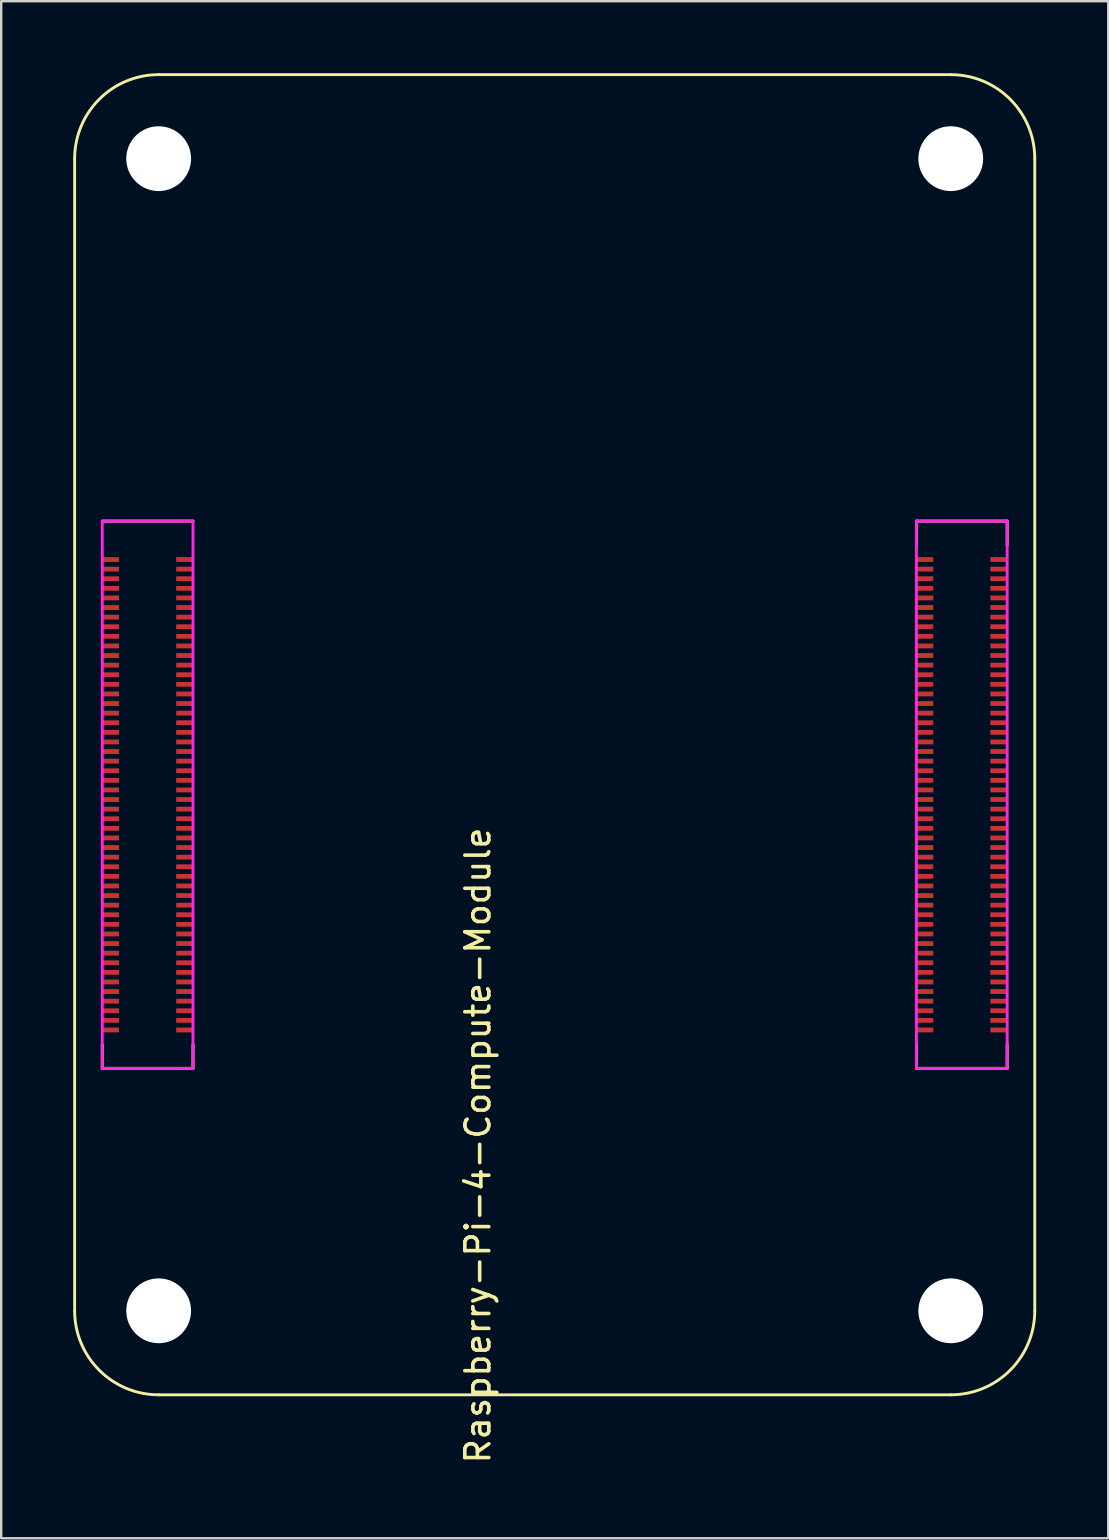
<source format=kicad_pcb>
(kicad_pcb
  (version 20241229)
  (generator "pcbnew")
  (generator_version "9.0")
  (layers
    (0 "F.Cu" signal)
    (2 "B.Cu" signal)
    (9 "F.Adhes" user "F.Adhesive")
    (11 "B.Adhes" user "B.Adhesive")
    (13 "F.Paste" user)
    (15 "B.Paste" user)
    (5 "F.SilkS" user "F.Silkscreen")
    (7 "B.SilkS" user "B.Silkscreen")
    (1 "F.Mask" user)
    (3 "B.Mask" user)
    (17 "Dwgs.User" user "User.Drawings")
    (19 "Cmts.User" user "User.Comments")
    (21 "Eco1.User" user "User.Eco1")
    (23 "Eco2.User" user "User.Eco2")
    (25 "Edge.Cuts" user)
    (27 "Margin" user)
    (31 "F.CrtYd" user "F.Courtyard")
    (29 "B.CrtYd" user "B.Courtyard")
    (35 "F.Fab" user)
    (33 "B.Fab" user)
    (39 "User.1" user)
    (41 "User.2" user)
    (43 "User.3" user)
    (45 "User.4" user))
  (footprint "Raspberry-Pi-4-Compute-Module"
    (layer "F.Cu")
    (at 3.56 51.56)
    (property "Reference" "Raspberry-Pi-4-Compute-Module" (at 13.3 -6.888 90) (layer "F.SilkS") (effects (font (size 1 1) (thickness 0.15))))
    (attr smd)
    (fp_line (start -3.5 -48) (end -3.5 0) (stroke (width 0.12) (type solid)) (layer "F.SilkS"))
    (fp_line (start -2.35 -32.9) (end 1.43 -32.9) (stroke (width 0.12) (type solid)) (layer "F.SilkS"))
    (fp_line (start -2.35 -10.1) (end -2.35 -11.1) (stroke (width 0.12) (type solid)) (layer "F.SilkS"))
    (fp_line (start -2.35 -10.1) (end 1.43 -10.1) (stroke (width 0.12) (type solid)) (layer "F.SilkS"))
    (fp_line (start 0 3.5) (end 33 3.5) (stroke (width 0.12) (type solid)) (layer "F.SilkS"))
    (fp_line (start 1.43 -10.1) (end 1.43 -11.1) (stroke (width 0.12) (type solid)) (layer "F.SilkS"))
    (fp_line (start 31.57 -32.9) (end 31.57 -31.9) (stroke (width 0.12) (type solid)) (layer "F.SilkS"))
    (fp_line (start 31.57 -32.9) (end 35.35 -32.9) (stroke (width 0.12) (type solid)) (layer "F.SilkS"))
    (fp_line (start 31.57 -10.1) (end 31.57 -11.1) (stroke (width 0.12) (type solid)) (layer "F.SilkS"))
    (fp_line (start 31.57 -10.1) (end 35.35 -10.1) (stroke (width 0.12) (type solid)) (layer "F.SilkS"))
    (fp_line (start 33 -51.5) (end 0 -51.5) (stroke (width 0.12) (type solid)) (layer "F.SilkS"))
    (fp_line (start 35.35 -32.9) (end 35.35 -31.9) (stroke (width 0.12) (type solid)) (layer "F.SilkS"))
    (fp_line (start 35.35 -10.1) (end 35.35 -11.1) (stroke (width 0.12) (type solid)) (layer "F.SilkS"))
    (fp_line (start 36.5 0) (end 36.5 -48) (stroke (width 0.12) (type solid)) (layer "F.SilkS"))
    (fp_arc (start -3.5 -48) (mid -2.474874 -50.474874) (end 0 -51.5) (stroke (width 0.12) (type solid)) (layer "F.SilkS"))
    (fp_arc (start 0 3.5) (mid -2.474874 2.474874) (end -3.5 0) (stroke (width 0.12) (type solid)) (layer "F.SilkS"))
    (fp_arc (start 33 -51.5) (mid 35.474874 -50.474874) (end 36.5 -48) (stroke (width 0.12) (type solid)) (layer "F.SilkS"))
    (fp_arc (start 36.5 0) (mid 35.474874 2.474874) (end 33 3.5) (stroke (width 0.12) (type solid)) (layer "F.SilkS"))
    (fp_line (start -2.35 -32.9) (end 1.43 -32.9) (stroke (width 0.12) (type solid)) (layer "F.CrtYd"))
    (fp_line (start -2.35 -10.1) (end -2.35 -32.9) (stroke (width 0.12) (type solid)) (layer "F.CrtYd"))
    (fp_line (start 1.43 -32.9) (end 1.43 -10.1) (stroke (width 0.12) (type solid)) (layer "F.CrtYd"))
    (fp_line (start 1.43 -10.1) (end -2.35 -10.1) (stroke (width 0.12) (type solid)) (layer "F.CrtYd"))
    (fp_line (start 31.57 -32.9) (end 35.35 -32.9) (stroke (width 0.12) (type solid)) (layer "F.CrtYd"))
    (fp_line (start 31.57 -10.1) (end 31.57 -32.9) (stroke (width 0.12) (type solid)) (layer "F.CrtYd"))
    (fp_line (start 35.35 -32.9) (end 35.35 -10.1) (stroke (width 0.12) (type solid)) (layer "F.CrtYd"))
    (fp_line (start 35.35 -10.1) (end 31.57 -10.1) (stroke (width 0.12) (type solid)) (layer "F.CrtYd"))
    (pad "" np_thru_hole circle (at 0 -48) (size 2.7 2.7) (drill 2.7) (layers "*.Cu" "*.Mask"))
    (pad "" np_thru_hole circle (at 0 0) (size 2.7 2.7) (drill 2.7) (layers "*.Cu" "*.Mask"))
    (pad "" np_thru_hole circle (at 33 -48) (size 2.7 2.7) (drill 2.7) (layers "*.Cu" "*.Mask"))
    (pad "" np_thru_hole circle (at 33 0) (size 2.7 2.7) (drill 2.7) (layers "*.Cu" "*.Mask"))
    (pad "1" smd rect (at -2 -31.3 270) (size 0.2 0.7) (layers "F.Cu" "F.Mask" "F.Paste"))
    (pad "2" smd rect (at 1.08 -31.3 270) (size 0.2 0.7) (layers "F.Cu" "F.Mask" "F.Paste"))
    (pad "3" smd rect (at -2 -30.9 270) (size 0.2 0.7) (layers "F.Cu" "F.Mask" "F.Paste"))
    (pad "4" smd rect (at 1.08 -30.9 270) (size 0.2 0.7) (layers "F.Cu" "F.Mask" "F.Paste"))
    (pad "5" smd rect (at -2 -30.5 270) (size 0.2 0.7) (layers "F.Cu" "F.Mask" "F.Paste"))
    (pad "6" smd rect (at 1.08 -30.5 270) (size 0.2 0.7) (layers "F.Cu" "F.Mask" "F.Paste"))
    (pad "7" smd rect (at -2 -30.1 270) (size 0.2 0.7) (layers "F.Cu" "F.Mask" "F.Paste"))
    (pad "8" smd rect (at 1.08 -30.1 270) (size 0.2 0.7) (layers "F.Cu" "F.Mask" "F.Paste"))
    (pad "9" smd rect (at -2 -29.7 270) (size 0.2 0.7) (layers "F.Cu" "F.Mask" "F.Paste"))
    (pad "10" smd rect (at 1.08 -29.7 270) (size 0.2 0.7) (layers "F.Cu" "F.Mask" "F.Paste"))
    (pad "11" smd rect (at -2 -29.3 270) (size 0.2 0.7) (layers "F.Cu" "F.Mask" "F.Paste"))
    (pad "12" smd rect (at 1.08 -29.3 270) (size 0.2 0.7) (layers "F.Cu" "F.Mask" "F.Paste"))
    (pad "13" smd rect (at -2 -28.9 270) (size 0.2 0.7) (layers "F.Cu" "F.Mask" "F.Paste"))
    (pad "14" smd rect (at 1.08 -28.9 270) (size 0.2 0.7) (layers "F.Cu" "F.Mask" "F.Paste"))
    (pad "15" smd rect (at -2 -28.5 270) (size 0.2 0.7) (layers "F.Cu" "F.Mask" "F.Paste"))
    (pad "16" smd rect (at 1.08 -28.5 270) (size 0.2 0.7) (layers "F.Cu" "F.Mask" "F.Paste"))
    (pad "17" smd rect (at -2 -28.1 270) (size 0.2 0.7) (layers "F.Cu" "F.Mask" "F.Paste"))
    (pad "18" smd rect (at 1.08 -28.1 270) (size 0.2 0.7) (layers "F.Cu" "F.Mask" "F.Paste"))
    (pad "19" smd rect (at -2 -27.7 270) (size 0.2 0.7) (layers "F.Cu" "F.Mask" "F.Paste"))
    (pad "20" smd rect (at 1.08 -27.7 270) (size 0.2 0.7) (layers "F.Cu" "F.Mask" "F.Paste"))
    (pad "21" smd rect (at -2 -27.3 270) (size 0.2 0.7) (layers "F.Cu" "F.Mask" "F.Paste"))
    (pad "22" smd rect (at 1.08 -27.3 270) (size 0.2 0.7) (layers "F.Cu" "F.Mask" "F.Paste"))
    (pad "23" smd rect (at -2 -26.9 270) (size 0.2 0.7) (layers "F.Cu" "F.Mask" "F.Paste"))
    (pad "24" smd rect (at 1.08 -26.9 270) (size 0.2 0.7) (layers "F.Cu" "F.Mask" "F.Paste"))
    (pad "25" smd rect (at -2 -26.5 270) (size 0.2 0.7) (layers "F.Cu" "F.Mask" "F.Paste"))
    (pad "26" smd rect (at 1.08 -26.5 270) (size 0.2 0.7) (layers "F.Cu" "F.Mask" "F.Paste"))
    (pad "27" smd rect (at -2 -26.1 270) (size 0.2 0.7) (layers "F.Cu" "F.Mask" "F.Paste"))
    (pad "28" smd rect (at 1.08 -26.1 270) (size 0.2 0.7) (layers "F.Cu" "F.Mask" "F.Paste"))
    (pad "29" smd rect (at -2 -25.7 270) (size 0.2 0.7) (layers "F.Cu" "F.Mask" "F.Paste"))
    (pad "30" smd rect (at 1.08 -25.7 270) (size 0.2 0.7) (layers "F.Cu" "F.Mask" "F.Paste"))
    (pad "31" smd rect (at -2 -25.3 270) (size 0.2 0.7) (layers "F.Cu" "F.Mask" "F.Paste"))
    (pad "32" smd rect (at 1.08 -25.3 270) (size 0.2 0.7) (layers "F.Cu" "F.Mask" "F.Paste"))
    (pad "33" smd rect (at -2 -24.9 270) (size 0.2 0.7) (layers "F.Cu" "F.Mask" "F.Paste"))
    (pad "34" smd rect (at 1.08 -24.9 270) (size 0.2 0.7) (layers "F.Cu" "F.Mask" "F.Paste"))
    (pad "35" smd rect (at -2 -24.5 270) (size 0.2 0.7) (layers "F.Cu" "F.Mask" "F.Paste"))
    (pad "36" smd rect (at 1.08 -24.5 270) (size 0.2 0.7) (layers "F.Cu" "F.Mask" "F.Paste"))
    (pad "37" smd rect (at -2 -24.1 270) (size 0.2 0.7) (layers "F.Cu" "F.Mask" "F.Paste"))
    (pad "38" smd rect (at 1.08 -24.1 270) (size 0.2 0.7) (layers "F.Cu" "F.Mask" "F.Paste"))
    (pad "39" smd rect (at -2 -23.7 270) (size 0.2 0.7) (layers "F.Cu" "F.Mask" "F.Paste"))
    (pad "40" smd rect (at 1.08 -23.7 270) (size 0.2 0.7) (layers "F.Cu" "F.Mask" "F.Paste"))
    (pad "41" smd rect (at -2 -23.3 270) (size 0.2 0.7) (layers "F.Cu" "F.Mask" "F.Paste"))
    (pad "42" smd rect (at 1.08 -23.3 270) (size 0.2 0.7) (layers "F.Cu" "F.Mask" "F.Paste"))
    (pad "43" smd rect (at -2 -22.9 270) (size 0.2 0.7) (layers "F.Cu" "F.Mask" "F.Paste"))
    (pad "44" smd rect (at 1.08 -22.9 270) (size 0.2 0.7) (layers "F.Cu" "F.Mask" "F.Paste"))
    (pad "45" smd rect (at -2 -22.5 270) (size 0.2 0.7) (layers "F.Cu" "F.Mask" "F.Paste"))
    (pad "46" smd rect (at 1.08 -22.5 270) (size 0.2 0.7) (layers "F.Cu" "F.Mask" "F.Paste"))
    (pad "47" smd rect (at -2 -22.1 270) (size 0.2 0.7) (layers "F.Cu" "F.Mask" "F.Paste"))
    (pad "48" smd rect (at 1.08 -22.1 270) (size 0.2 0.7) (layers "F.Cu" "F.Mask" "F.Paste"))
    (pad "49" smd rect (at -2 -21.7 270) (size 0.2 0.7) (layers "F.Cu" "F.Mask" "F.Paste"))
    (pad "50" smd rect (at 1.08 -21.7 270) (size 0.2 0.7) (layers "F.Cu" "F.Mask" "F.Paste"))
    (pad "51" smd rect (at -2 -21.3 270) (size 0.2 0.7) (layers "F.Cu" "F.Mask" "F.Paste"))
    (pad "52" smd rect (at 1.08 -21.3 270) (size 0.2 0.7) (layers "F.Cu" "F.Mask" "F.Paste"))
    (pad "53" smd rect (at -2 -20.9 270) (size 0.2 0.7) (layers "F.Cu" "F.Mask" "F.Paste"))
    (pad "54" smd rect (at 1.08 -20.9 270) (size 0.2 0.7) (layers "F.Cu" "F.Mask" "F.Paste"))
    (pad "55" smd rect (at -2 -20.5 270) (size 0.2 0.7) (layers "F.Cu" "F.Mask" "F.Paste"))
    (pad "56" smd rect (at 1.08 -20.5 270) (size 0.2 0.7) (layers "F.Cu" "F.Mask" "F.Paste"))
    (pad "57" smd rect (at -2 -20.1 270) (size 0.2 0.7) (layers "F.Cu" "F.Mask" "F.Paste"))
    (pad "58" smd rect (at 1.08 -20.1 270) (size 0.2 0.7) (layers "F.Cu" "F.Mask" "F.Paste"))
    (pad "59" smd rect (at -2 -19.7 270) (size 0.2 0.7) (layers "F.Cu" "F.Mask" "F.Paste"))
    (pad "60" smd rect (at 1.08 -19.7 270) (size 0.2 0.7) (layers "F.Cu" "F.Mask" "F.Paste"))
    (pad "61" smd rect (at -2 -19.3 270) (size 0.2 0.7) (layers "F.Cu" "F.Mask" "F.Paste"))
    (pad "62" smd rect (at 1.08 -19.3 270) (size 0.2 0.7) (layers "F.Cu" "F.Mask" "F.Paste"))
    (pad "63" smd rect (at -2 -18.9 270) (size 0.2 0.7) (layers "F.Cu" "F.Mask" "F.Paste"))
    (pad "64" smd rect (at 1.08 -18.9 270) (size 0.2 0.7) (layers "F.Cu" "F.Mask" "F.Paste"))
    (pad "65" smd rect (at -2 -18.5 270) (size 0.2 0.7) (layers "F.Cu" "F.Mask" "F.Paste"))
    (pad "66" smd rect (at 1.08 -18.5 270) (size 0.2 0.7) (layers "F.Cu" "F.Mask" "F.Paste"))
    (pad "67" smd rect (at -2 -18.1 270) (size 0.2 0.7) (layers "F.Cu" "F.Mask" "F.Paste"))
    (pad "68" smd rect (at 1.08 -18.1 270) (size 0.2 0.7) (layers "F.Cu" "F.Mask" "F.Paste"))
    (pad "69" smd rect (at -2 -17.7 270) (size 0.2 0.7) (layers "F.Cu" "F.Mask" "F.Paste"))
    (pad "70" smd rect (at 1.08 -17.7 270) (size 0.2 0.7) (layers "F.Cu" "F.Mask" "F.Paste"))
    (pad "71" smd rect (at -2 -17.3 270) (size 0.2 0.7) (layers "F.Cu" "F.Mask" "F.Paste"))
    (pad "72" smd rect (at 1.08 -17.3 270) (size 0.2 0.7) (layers "F.Cu" "F.Mask" "F.Paste"))
    (pad "73" smd rect (at -2 -16.9 270) (size 0.2 0.7) (layers "F.Cu" "F.Mask" "F.Paste"))
    (pad "74" smd rect (at 1.08 -16.9 270) (size 0.2 0.7) (layers "F.Cu" "F.Mask" "F.Paste"))
    (pad "75" smd rect (at -2 -16.5 270) (size 0.2 0.7) (layers "F.Cu" "F.Mask" "F.Paste"))
    (pad "76" smd rect (at 1.08 -16.5 270) (size 0.2 0.7) (layers "F.Cu" "F.Mask" "F.Paste"))
    (pad "77" smd rect (at -2 -16.1 270) (size 0.2 0.7) (layers "F.Cu" "F.Mask" "F.Paste"))
    (pad "78" smd rect (at 1.08 -16.1 270) (size 0.2 0.7) (layers "F.Cu" "F.Mask" "F.Paste"))
    (pad "79" smd rect (at -2 -15.7 270) (size 0.2 0.7) (layers "F.Cu" "F.Mask" "F.Paste"))
    (pad "80" smd rect (at 1.08 -15.7 270) (size 0.2 0.7) (layers "F.Cu" "F.Mask" "F.Paste"))
    (pad "81" smd rect (at -2 -15.3 270) (size 0.2 0.7) (layers "F.Cu" "F.Mask" "F.Paste"))
    (pad "82" smd rect (at 1.08 -15.3 270) (size 0.2 0.7) (layers "F.Cu" "F.Mask" "F.Paste"))
    (pad "83" smd rect (at -2 -14.9 270) (size 0.2 0.7) (layers "F.Cu" "F.Mask" "F.Paste"))
    (pad "84" smd rect (at 1.08 -14.9 270) (size 0.2 0.7) (layers "F.Cu" "F.Mask" "F.Paste"))
    (pad "85" smd rect (at -2 -14.5 270) (size 0.2 0.7) (layers "F.Cu" "F.Mask" "F.Paste"))
    (pad "86" smd rect (at 1.08 -14.5 270) (size 0.2 0.7) (layers "F.Cu" "F.Mask" "F.Paste"))
    (pad "87" smd rect (at -2 -14.1 270) (size 0.2 0.7) (layers "F.Cu" "F.Mask" "F.Paste"))
    (pad "88" smd rect (at 1.08 -14.1 270) (size 0.2 0.7) (layers "F.Cu" "F.Mask" "F.Paste"))
    (pad "89" smd rect (at -2 -13.7 270) (size 0.2 0.7) (layers "F.Cu" "F.Mask" "F.Paste"))
    (pad "90" smd rect (at 1.08 -13.7 270) (size 0.2 0.7) (layers "F.Cu" "F.Mask" "F.Paste"))
    (pad "91" smd rect (at -2 -13.3 270) (size 0.2 0.7) (layers "F.Cu" "F.Mask" "F.Paste"))
    (pad "92" smd rect (at 1.08 -13.3 270) (size 0.2 0.7) (layers "F.Cu" "F.Mask" "F.Paste"))
    (pad "93" smd rect (at -2 -12.9 270) (size 0.2 0.7) (layers "F.Cu" "F.Mask" "F.Paste"))
    (pad "94" smd rect (at 1.08 -12.9 270) (size 0.2 0.7) (layers "F.Cu" "F.Mask" "F.Paste"))
    (pad "95" smd rect (at -2 -12.5 270) (size 0.2 0.7) (layers "F.Cu" "F.Mask" "F.Paste"))
    (pad "96" smd rect (at 1.08 -12.5 270) (size 0.2 0.7) (layers "F.Cu" "F.Mask" "F.Paste"))
    (pad "97" smd rect (at -2 -12.1 270) (size 0.2 0.7) (layers "F.Cu" "F.Mask" "F.Paste"))
    (pad "98" smd rect (at 1.08 -12.1 270) (size 0.2 0.7) (layers "F.Cu" "F.Mask" "F.Paste"))
    (pad "99" smd rect (at -2 -11.7 270) (size 0.2 0.7) (layers "F.Cu" "F.Mask" "F.Paste"))
    (pad "100" smd rect (at 1.08 -11.7 270) (size 0.2 0.7) (layers "F.Cu" "F.Mask" "F.Paste"))
    (pad "101" smd rect (at 31.92 -31.3 270) (size 0.2 0.7) (layers "F.Cu" "F.Mask" "F.Paste"))
    (pad "102" smd rect (at 35 -31.3 270) (size 0.2 0.7) (layers "F.Cu" "F.Mask" "F.Paste"))
    (pad "103" smd rect (at 31.92 -30.9 270) (size 0.2 0.7) (layers "F.Cu" "F.Mask" "F.Paste"))
    (pad "104" smd rect (at 35 -30.9 270) (size 0.2 0.7) (layers "F.Cu" "F.Mask" "F.Paste"))
    (pad "105" smd rect (at 31.92 -30.5 270) (size 0.2 0.7) (layers "F.Cu" "F.Mask" "F.Paste"))
    (pad "106" smd rect (at 35 -30.5 270) (size 0.2 0.7) (layers "F.Cu" "F.Mask" "F.Paste"))
    (pad "107" smd rect (at 31.92 -30.1 270) (size 0.2 0.7) (layers "F.Cu" "F.Mask" "F.Paste"))
    (pad "108" smd rect (at 35 -30.1 270) (size 0.2 0.7) (layers "F.Cu" "F.Mask" "F.Paste"))
    (pad "109" smd rect (at 31.92 -29.7 270) (size 0.2 0.7) (layers "F.Cu" "F.Mask" "F.Paste"))
    (pad "110" smd rect (at 35 -29.7 270) (size 0.2 0.7) (layers "F.Cu" "F.Mask" "F.Paste"))
    (pad "111" smd rect (at 31.92 -29.3 270) (size 0.2 0.7) (layers "F.Cu" "F.Mask" "F.Paste"))
    (pad "112" smd rect (at 35 -29.3 270) (size 0.2 0.7) (layers "F.Cu" "F.Mask" "F.Paste"))
    (pad "113" smd rect (at 31.92 -28.9 270) (size 0.2 0.7) (layers "F.Cu" "F.Mask" "F.Paste"))
    (pad "114" smd rect (at 35 -28.9 270) (size 0.2 0.7) (layers "F.Cu" "F.Mask" "F.Paste"))
    (pad "115" smd rect (at 31.92 -28.5 270) (size 0.2 0.7) (layers "F.Cu" "F.Mask" "F.Paste"))
    (pad "116" smd rect (at 35 -28.5 270) (size 0.2 0.7) (layers "F.Cu" "F.Mask" "F.Paste"))
    (pad "117" smd rect (at 31.92 -28.1 270) (size 0.2 0.7) (layers "F.Cu" "F.Mask" "F.Paste"))
    (pad "118" smd rect (at 35 -28.1 270) (size 0.2 0.7) (layers "F.Cu" "F.Mask" "F.Paste"))
    (pad "119" smd rect (at 31.92 -27.7 270) (size 0.2 0.7) (layers "F.Cu" "F.Mask" "F.Paste"))
    (pad "120" smd rect (at 35 -27.7 270) (size 0.2 0.7) (layers "F.Cu" "F.Mask" "F.Paste"))
    (pad "121" smd rect (at 31.92 -27.3 270) (size 0.2 0.7) (layers "F.Cu" "F.Mask" "F.Paste"))
    (pad "122" smd rect (at 35 -27.3 270) (size 0.2 0.7) (layers "F.Cu" "F.Mask" "F.Paste"))
    (pad "123" smd rect (at 31.92 -26.9 270) (size 0.2 0.7) (layers "F.Cu" "F.Mask" "F.Paste"))
    (pad "124" smd rect (at 35 -26.9 270) (size 0.2 0.7) (layers "F.Cu" "F.Mask" "F.Paste"))
    (pad "125" smd rect (at 31.92 -26.5 270) (size 0.2 0.7) (layers "F.Cu" "F.Mask" "F.Paste"))
    (pad "126" smd rect (at 35 -26.5 270) (size 0.2 0.7) (layers "F.Cu" "F.Mask" "F.Paste"))
    (pad "127" smd rect (at 31.92 -26.1 270) (size 0.2 0.7) (layers "F.Cu" "F.Mask" "F.Paste"))
    (pad "128" smd rect (at 35 -26.1 270) (size 0.2 0.7) (layers "F.Cu" "F.Mask" "F.Paste"))
    (pad "129" smd rect (at 31.92 -25.7 270) (size 0.2 0.7) (layers "F.Cu" "F.Mask" "F.Paste"))
    (pad "130" smd rect (at 35 -25.7 270) (size 0.2 0.7) (layers "F.Cu" "F.Mask" "F.Paste"))
    (pad "131" smd rect (at 31.92 -25.3 270) (size 0.2 0.7) (layers "F.Cu" "F.Mask" "F.Paste"))
    (pad "132" smd rect (at 35 -25.3 270) (size 0.2 0.7) (layers "F.Cu" "F.Mask" "F.Paste"))
    (pad "133" smd rect (at 31.92 -24.9 270) (size 0.2 0.7) (layers "F.Cu" "F.Mask" "F.Paste"))
    (pad "134" smd rect (at 35 -24.9 270) (size 0.2 0.7) (layers "F.Cu" "F.Mask" "F.Paste"))
    (pad "135" smd rect (at 31.92 -24.5 270) (size 0.2 0.7) (layers "F.Cu" "F.Mask" "F.Paste"))
    (pad "136" smd rect (at 35 -24.5 270) (size 0.2 0.7) (layers "F.Cu" "F.Mask" "F.Paste"))
    (pad "137" smd rect (at 31.92 -24.1 270) (size 0.2 0.7) (layers "F.Cu" "F.Mask" "F.Paste"))
    (pad "138" smd rect (at 35 -24.1 270) (size 0.2 0.7) (layers "F.Cu" "F.Mask" "F.Paste"))
    (pad "139" smd rect (at 31.92 -23.7 270) (size 0.2 0.7) (layers "F.Cu" "F.Mask" "F.Paste"))
    (pad "140" smd rect (at 35 -23.7 270) (size 0.2 0.7) (layers "F.Cu" "F.Mask" "F.Paste"))
    (pad "141" smd rect (at 31.92 -23.3 270) (size 0.2 0.7) (layers "F.Cu" "F.Mask" "F.Paste"))
    (pad "142" smd rect (at 35 -23.3 270) (size 0.2 0.7) (layers "F.Cu" "F.Mask" "F.Paste"))
    (pad "143" smd rect (at 31.92 -22.9 270) (size 0.2 0.7) (layers "F.Cu" "F.Mask" "F.Paste"))
    (pad "144" smd rect (at 35 -22.9 270) (size 0.2 0.7) (layers "F.Cu" "F.Mask" "F.Paste"))
    (pad "145" smd rect (at 31.92 -22.5 270) (size 0.2 0.7) (layers "F.Cu" "F.Mask" "F.Paste"))
    (pad "146" smd rect (at 35 -22.5 270) (size 0.2 0.7) (layers "F.Cu" "F.Mask" "F.Paste"))
    (pad "147" smd rect (at 31.92 -22.1 270) (size 0.2 0.7) (layers "F.Cu" "F.Mask" "F.Paste"))
    (pad "148" smd rect (at 35 -22.1 270) (size 0.2 0.7) (layers "F.Cu" "F.Mask" "F.Paste"))
    (pad "149" smd rect (at 31.92 -21.7 270) (size 0.2 0.7) (layers "F.Cu" "F.Mask" "F.Paste"))
    (pad "150" smd rect (at 35 -21.7 270) (size 0.2 0.7) (layers "F.Cu" "F.Mask" "F.Paste"))
    (pad "151" smd rect (at 31.92 -21.3 270) (size 0.2 0.7) (layers "F.Cu" "F.Mask" "F.Paste"))
    (pad "152" smd rect (at 35 -21.3 270) (size 0.2 0.7) (layers "F.Cu" "F.Mask" "F.Paste"))
    (pad "153" smd rect (at 31.92 -20.9 270) (size 0.2 0.7) (layers "F.Cu" "F.Mask" "F.Paste"))
    (pad "154" smd rect (at 35 -20.9 270) (size 0.2 0.7) (layers "F.Cu" "F.Mask" "F.Paste"))
    (pad "155" smd rect (at 31.92 -20.5 270) (size 0.2 0.7) (layers "F.Cu" "F.Mask" "F.Paste"))
    (pad "156" smd rect (at 35 -20.5 270) (size 0.2 0.7) (layers "F.Cu" "F.Mask" "F.Paste"))
    (pad "157" smd rect (at 31.92 -20.1 270) (size 0.2 0.7) (layers "F.Cu" "F.Mask" "F.Paste"))
    (pad "158" smd rect (at 35 -20.1 270) (size 0.2 0.7) (layers "F.Cu" "F.Mask" "F.Paste"))
    (pad "159" smd rect (at 31.92 -19.7 270) (size 0.2 0.7) (layers "F.Cu" "F.Mask" "F.Paste"))
    (pad "160" smd rect (at 35 -19.7 270) (size 0.2 0.7) (layers "F.Cu" "F.Mask" "F.Paste"))
    (pad "161" smd rect (at 31.92 -19.3 270) (size 0.2 0.7) (layers "F.Cu" "F.Mask" "F.Paste"))
    (pad "162" smd rect (at 35 -19.3 270) (size 0.2 0.7) (layers "F.Cu" "F.Mask" "F.Paste"))
    (pad "163" smd rect (at 31.92 -18.9 270) (size 0.2 0.7) (layers "F.Cu" "F.Mask" "F.Paste"))
    (pad "164" smd rect (at 35 -18.9 270) (size 0.2 0.7) (layers "F.Cu" "F.Mask" "F.Paste"))
    (pad "165" smd rect (at 31.92 -18.5 270) (size 0.2 0.7) (layers "F.Cu" "F.Mask" "F.Paste"))
    (pad "166" smd rect (at 35 -18.5 270) (size 0.2 0.7) (layers "F.Cu" "F.Mask" "F.Paste"))
    (pad "167" smd rect (at 31.92 -18.1 270) (size 0.2 0.7) (layers "F.Cu" "F.Mask" "F.Paste"))
    (pad "168" smd rect (at 35 -18.1 270) (size 0.2 0.7) (layers "F.Cu" "F.Mask" "F.Paste"))
    (pad "169" smd rect (at 31.92 -17.7 270) (size 0.2 0.7) (layers "F.Cu" "F.Mask" "F.Paste"))
    (pad "170" smd rect (at 35 -17.7 270) (size 0.2 0.7) (layers "F.Cu" "F.Mask" "F.Paste"))
    (pad "171" smd rect (at 31.92 -17.3 270) (size 0.2 0.7) (layers "F.Cu" "F.Mask" "F.Paste"))
    (pad "172" smd rect (at 35 -17.3 270) (size 0.2 0.7) (layers "F.Cu" "F.Mask" "F.Paste"))
    (pad "173" smd rect (at 31.92 -16.9 270) (size 0.2 0.7) (layers "F.Cu" "F.Mask" "F.Paste"))
    (pad "174" smd rect (at 35 -16.9 270) (size 0.2 0.7) (layers "F.Cu" "F.Mask" "F.Paste"))
    (pad "175" smd rect (at 31.92 -16.5 270) (size 0.2 0.7) (layers "F.Cu" "F.Mask" "F.Paste"))
    (pad "176" smd rect (at 35 -16.5 270) (size 0.2 0.7) (layers "F.Cu" "F.Mask" "F.Paste"))
    (pad "177" smd rect (at 31.92 -16.1 270) (size 0.2 0.7) (layers "F.Cu" "F.Mask" "F.Paste"))
    (pad "178" smd rect (at 35 -16.1 270) (size 0.2 0.7) (layers "F.Cu" "F.Mask" "F.Paste"))
    (pad "179" smd rect (at 31.92 -15.7 270) (size 0.2 0.7) (layers "F.Cu" "F.Mask" "F.Paste"))
    (pad "180" smd rect (at 35 -15.7 270) (size 0.2 0.7) (layers "F.Cu" "F.Mask" "F.Paste"))
    (pad "181" smd rect (at 31.92 -15.3 270) (size 0.2 0.7) (layers "F.Cu" "F.Mask" "F.Paste"))
    (pad "182" smd rect (at 35 -15.3 270) (size 0.2 0.7) (layers "F.Cu" "F.Mask" "F.Paste"))
    (pad "183" smd rect (at 31.92 -14.9 270) (size 0.2 0.7) (layers "F.Cu" "F.Mask" "F.Paste"))
    (pad "184" smd rect (at 35 -14.9 270) (size 0.2 0.7) (layers "F.Cu" "F.Mask" "F.Paste"))
    (pad "185" smd rect (at 31.92 -14.5 270) (size 0.2 0.7) (layers "F.Cu" "F.Mask" "F.Paste"))
    (pad "186" smd rect (at 35 -14.5 270) (size 0.2 0.7) (layers "F.Cu" "F.Mask" "F.Paste"))
    (pad "187" smd rect (at 31.92 -14.1 270) (size 0.2 0.7) (layers "F.Cu" "F.Mask" "F.Paste"))
    (pad "188" smd rect (at 35 -14.1 270) (size 0.2 0.7) (layers "F.Cu" "F.Mask" "F.Paste"))
    (pad "189" smd rect (at 31.92 -13.7 270) (size 0.2 0.7) (layers "F.Cu" "F.Mask" "F.Paste"))
    (pad "190" smd rect (at 35 -13.7 270) (size 0.2 0.7) (layers "F.Cu" "F.Mask" "F.Paste"))
    (pad "191" smd rect (at 31.92 -13.3 270) (size 0.2 0.7) (layers "F.Cu" "F.Mask" "F.Paste"))
    (pad "192" smd rect (at 35 -13.3 270) (size 0.2 0.7) (layers "F.Cu" "F.Mask" "F.Paste"))
    (pad "193" smd rect (at 31.92 -12.9 270) (size 0.2 0.7) (layers "F.Cu" "F.Mask" "F.Paste"))
    (pad "194" smd rect (at 35 -12.9 270) (size 0.2 0.7) (layers "F.Cu" "F.Mask" "F.Paste"))
    (pad "195" smd rect (at 31.92 -12.5 270) (size 0.2 0.7) (layers "F.Cu" "F.Mask" "F.Paste"))
    (pad "196" smd rect (at 35 -12.5 270) (size 0.2 0.7) (layers "F.Cu" "F.Mask" "F.Paste"))
    (pad "197" smd rect (at 31.92 -12.1 270) (size 0.2 0.7) (layers "F.Cu" "F.Mask" "F.Paste"))
    (pad "198" smd rect (at 35 -12.1 270) (size 0.2 0.7) (layers "F.Cu" "F.Mask" "F.Paste"))
    (pad "199" smd rect (at 31.92 -11.7 270) (size 0.2 0.7) (layers "F.Cu" "F.Mask" "F.Paste"))
    (pad "200" smd rect (at 35 -11.7 270) (size 0.2 0.7) (layers "F.Cu" "F.Mask" "F.Paste")))
  (gr_rect
    (start -3 -3)
    (end 43.12 61.036)
    (stroke (width 0.1) (type default))
    (fill no)
    (layer "Edge.Cuts")))
</source>
